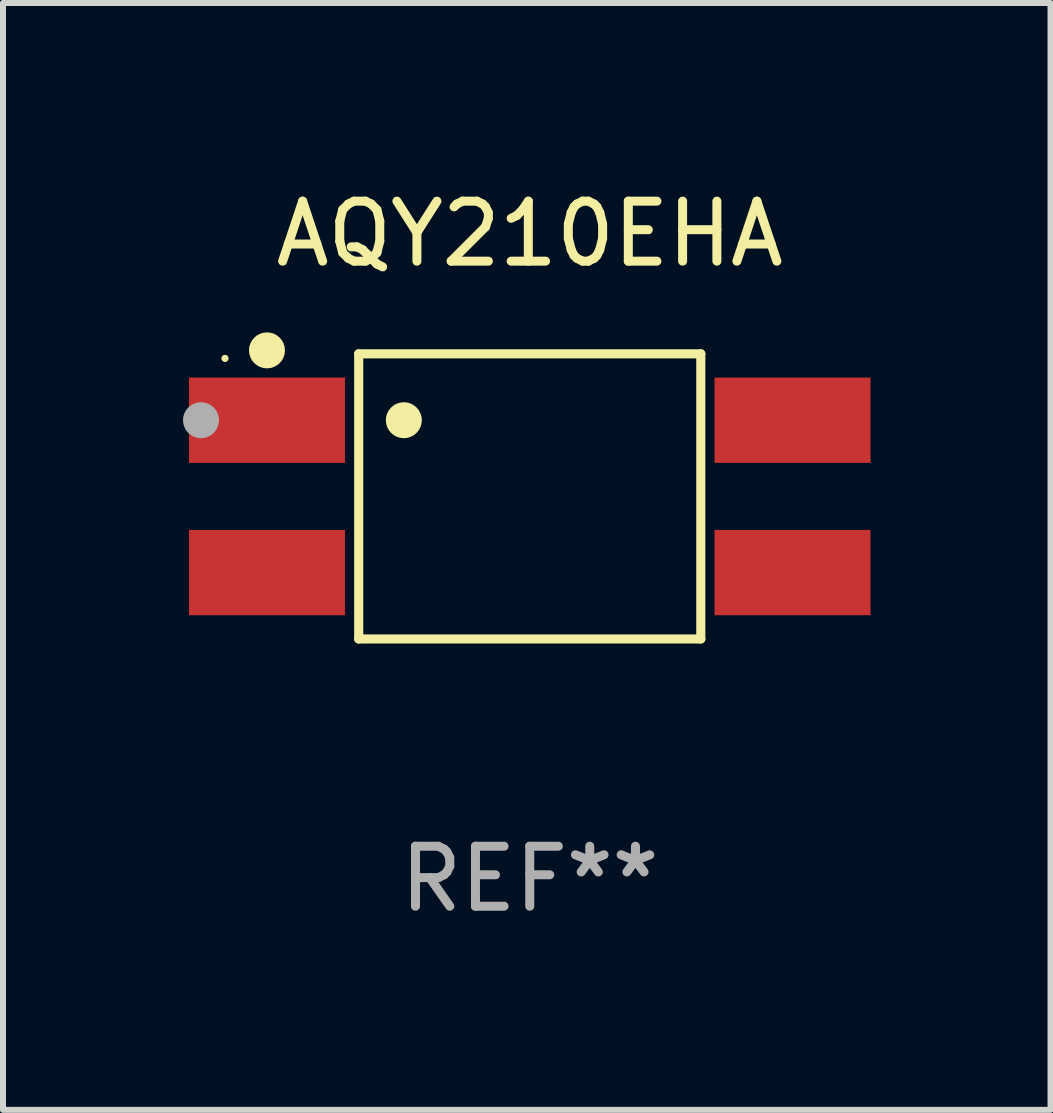
<source format=kicad_pcb>
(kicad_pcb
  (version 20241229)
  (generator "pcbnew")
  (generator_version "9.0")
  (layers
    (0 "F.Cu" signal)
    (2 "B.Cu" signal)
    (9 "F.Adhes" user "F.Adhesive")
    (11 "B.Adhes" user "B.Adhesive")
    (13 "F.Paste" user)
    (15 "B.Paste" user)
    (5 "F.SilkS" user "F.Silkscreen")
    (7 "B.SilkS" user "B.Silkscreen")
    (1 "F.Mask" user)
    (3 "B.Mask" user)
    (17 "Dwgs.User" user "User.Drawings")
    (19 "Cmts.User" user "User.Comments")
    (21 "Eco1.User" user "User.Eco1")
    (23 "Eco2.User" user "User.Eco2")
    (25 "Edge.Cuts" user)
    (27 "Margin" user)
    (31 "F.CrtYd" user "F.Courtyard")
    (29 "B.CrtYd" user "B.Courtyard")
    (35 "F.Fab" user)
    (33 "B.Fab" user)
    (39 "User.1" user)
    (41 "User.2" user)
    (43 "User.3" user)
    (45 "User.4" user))
  (footprint "AQY210EHA"
    (layer "F.Cu")
    (at 5.78 5.224)
    (property "Reference" "AQY210EHA" (at 0 -4.376 0) (layer "F.SilkS") (effects (font (size 1 1) (thickness 0.15))))
    (attr through_hole)
    (fp_line (start -2.851 -2.376) (end 2.851 -2.376) (stroke (width 0.152) (type solid)) (layer "F.SilkS"))
    (fp_line (start -2.851 2.376) (end -2.851 -2.376) (stroke (width 0.152) (type solid)) (layer "F.SilkS"))
    (fp_line (start 2.851 -2.376) (end 2.851 2.376) (stroke (width 0.152) (type solid)) (layer "F.SilkS"))
    (fp_line (start 2.851 2.376) (end -2.851 2.376) (stroke (width 0.152) (type solid)) (layer "F.SilkS"))
    (fp_circle (center -5.08 -2.3) (end -5.05 -2.3) (stroke (width 0.06) (type solid)) (fill no) (layer "F.SilkS"))
    (fp_circle (center -4.38 -2.434) (end -4.23 -2.434) (stroke (width 0.3) (type solid)) (fill no) (layer "F.SilkS"))
    (fp_circle (center -2.099 -1.27) (end -1.949 -1.27) (stroke (width 0.3) (type solid)) (fill no) (layer "F.SilkS"))
    (fp_circle (center -5.48 -1.27) (end -5.33 -1.27) (stroke (width 0.3) (type solid)) (fill no) (layer "F.Fab"))
    (fp_text user "REF**" (at 0 6.376 0) (layer "F.Fab") (effects (font (size 1 1) (thickness 0.15))))
    (pad "1" smd rect (at -4.38 -1.27) (size 2.6 1.422) (layers "F.Cu" "F.Mask" "F.Paste"))
    (pad "2" smd rect (at -4.38 1.27) (size 2.6 1.422) (layers "F.Cu" "F.Mask" "F.Paste"))
    (pad "3" smd rect (at 4.38 1.27) (size 2.6 1.422) (layers "F.Cu" "F.Mask" "F.Paste"))
    (pad "4" smd rect (at 4.38 -1.27) (size 2.6 1.422) (layers "F.Cu" "F.Mask" "F.Paste")))
  (gr_rect
    (start -3 -3)
    (end 14.46 15.449)
    (stroke (width 0.1) (type default))
    (fill no)
    (layer "Edge.Cuts")))
</source>
